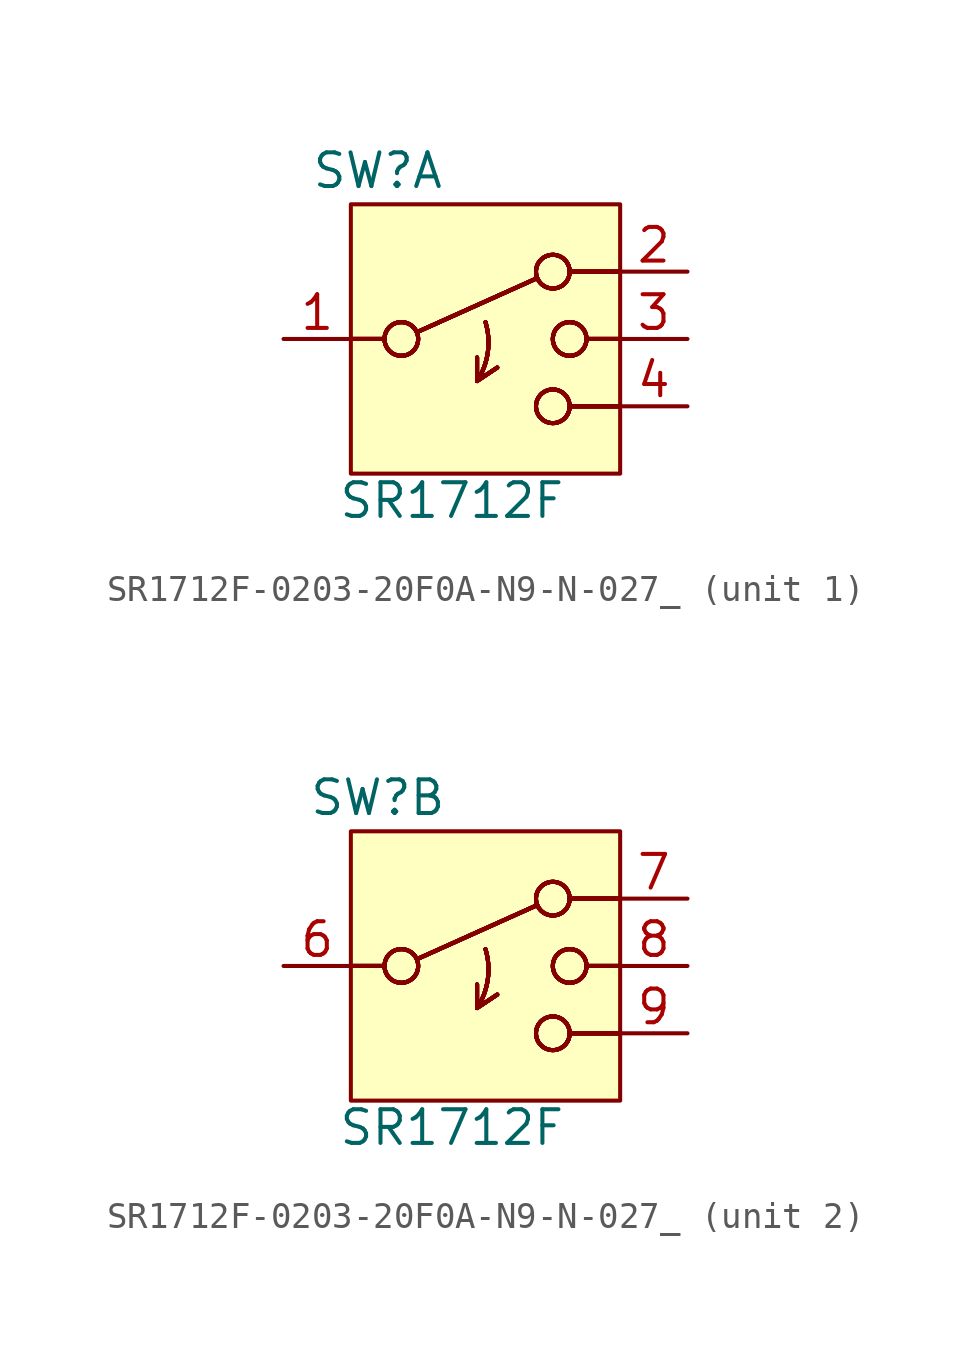
<source format=kicad_sym>
(kicad_symbol_lib
  (version 20231120)
  (generator "kicad_symbol_editor")
  (generator_version "8.0")
  (symbol "SR1712F-0203-20F0A-N9-N-027_"
    (property "Reference" "SW"
      (at -4.064 6.35 0)
      (effects (font (size 1.27 1.27))))
    (property "Value" "SR1712F"
      (at -1.27 -6.096 0)
      (effects (font (size 1.27 1.27))))
    (property "ki_locked" ""
      (at 0 0 0)
      (effects (font (size 1.27 1.27))))
    (symbol "SR1712F-0203-20F0A-N9-N-027__0_1"
      (circle (center -3.175 0) (radius 0.635) (stroke (width 0) (type default)) (fill (type none)))
      (circle (center -3.175 0) (radius 0.635) (stroke (width 0) (type default)) (fill (type none)))
      (circle (center -3.175 0) (radius 0.635) (stroke (width 0) (type default)) (fill (type none)))
      (circle (center -3.175 0) (radius 0.635) (stroke (width 0) (type default)) (fill (type none)))
      (circle (center -3.175 0) (radius 0.635) (stroke (width 0) (type default)) (fill (type none)))
      (circle (center -3.175 0) (radius 0.635) (stroke (width 0) (type default)) (fill (type none)))
      (circle (center -3.175 0) (radius 0.635) (stroke (width 0) (type default)) (fill (type none)))
      (circle (center -3.175 0) (radius 0.635) (stroke (width 0) (type default)) (fill (type none)))
      (arc (start -0.3176 -1.5875) (mid 0.0861 -0.5112) (end 0 0.635) (stroke (width 0) (type default)) (fill (type none)))
      (arc (start -0.3176 -1.5875) (mid 0.0861 -0.5112) (end 0 0.635) (stroke (width 0) (type default)) (fill (type none)))
      (arc (start -0.3176 -1.5875) (mid 0.0861 -0.5112) (end 0 0.635) (stroke (width 0) (type default)) (fill (type none)))
      (arc (start -0.3176 -1.5875) (mid 0.0861 -0.5112) (end 0 0.635) (stroke (width 0) (type default)) (fill (type none)))
      (arc (start -0.3176 -1.5875) (mid 0.0861 -0.5112) (end 0 0.635) (stroke (width 0) (type default)) (fill (type none)))
      (arc (start -0.3176 -1.5875) (mid 0.0861 -0.5112) (end 0 0.635) (stroke (width 0) (type default)) (fill (type none)))
      (arc (start -0.3176 -1.5875) (mid 0.0861 -0.5112) (end 0 0.635) (stroke (width 0) (type default)) (fill (type none)))
      (arc (start -0.3176 -1.5875) (mid 0.0861 -0.5112) (end 0 0.635) (stroke (width 0) (type default)) (fill (type none)))
      (polyline (pts (xy -5.08 0) (xy -3.81 0)) (stroke (width 0) (type default)) (fill (type none)))
      (polyline (pts (xy -5.08 0) (xy -3.81 0)) (stroke (width 0) (type default)) (fill (type none)))
      (polyline (pts (xy -5.08 0) (xy -3.81 0)) (stroke (width 0) (type default)) (fill (type none)))
      (polyline (pts (xy -5.08 0) (xy -3.81 0)) (stroke (width 0) (type default)) (fill (type none)))
      (polyline (pts (xy -5.08 0) (xy -3.81 0)) (stroke (width 0) (type default)) (fill (type none)))
      (polyline (pts (xy -5.08 0) (xy -3.81 0)) (stroke (width 0) (type default)) (fill (type none)))
      (polyline (pts (xy -5.08 0) (xy -3.81 0)) (stroke (width 0) (type default)) (fill (type none)))
      (polyline (pts (xy -5.08 0) (xy -3.81 0)) (stroke (width 0) (type default)) (fill (type none)))
      (polyline (pts (xy -2.591 0.254) (xy 1.93 2.286)) (stroke (width 0) (type default)) (fill (type none)))
      (polyline (pts (xy -2.591 0.254) (xy 1.93 2.286)) (stroke (width 0) (type default)) (fill (type none)))
      (polyline (pts (xy -2.591 0.254) (xy 1.93 2.286)) (stroke (width 0) (type default)) (fill (type none)))
      (polyline (pts (xy -2.591 0.254) (xy 1.93 2.286)) (stroke (width 0) (type default)) (fill (type none)))
      (polyline (pts (xy -2.591 0.254) (xy 1.93 2.286)) (stroke (width 0) (type default)) (fill (type none)))
      (polyline (pts (xy -2.591 0.254) (xy 1.93 2.286)) (stroke (width 0) (type default)) (fill (type none)))
      (polyline (pts (xy -2.591 0.254) (xy 1.93 2.286)) (stroke (width 0) (type default)) (fill (type none)))
      (polyline (pts (xy -2.591 0.254) (xy 1.93 2.286)) (stroke (width 0) (type default)) (fill (type none)))
      (polyline (pts (xy -0.318 -1.587) (xy -0.318 -1.587)) (stroke (width 0) (type default)) (fill (type none)))
      (polyline (pts (xy -0.318 -1.587) (xy -0.318 -1.587)) (stroke (width 0) (type default)) (fill (type none)))
      (polyline (pts (xy -0.318 -1.587) (xy -0.318 -1.587)) (stroke (width 0) (type default)) (fill (type none)))
      (polyline (pts (xy -0.318 -1.587) (xy -0.318 -1.587)) (stroke (width 0) (type default)) (fill (type none)))
      (polyline (pts (xy -0.318 -1.587) (xy -0.318 -1.587)) (stroke (width 0) (type default)) (fill (type none)))
      (polyline (pts (xy -0.318 -1.587) (xy -0.318 -1.587)) (stroke (width 0) (type default)) (fill (type none)))
      (polyline (pts (xy -0.318 -1.587) (xy -0.318 -1.587)) (stroke (width 0) (type default)) (fill (type none)))
      (polyline (pts (xy -0.318 -1.587) (xy -0.318 -1.587)) (stroke (width 0) (type default)) (fill (type none)))
      (polyline (pts (xy -0.318 -1.587) (xy -0.318 -0.699)) (stroke (width 0) (type default)) (fill (type none)))
      (polyline (pts (xy -0.318 -1.587) (xy -0.318 -0.699)) (stroke (width 0) (type default)) (fill (type none)))
      (polyline (pts (xy -0.318 -1.587) (xy -0.318 -0.699)) (stroke (width 0) (type default)) (fill (type none)))
      (polyline (pts (xy -0.318 -1.587) (xy -0.318 -0.699)) (stroke (width 0) (type default)) (fill (type none)))
      (polyline (pts (xy -0.318 -1.587) (xy -0.318 -0.699)) (stroke (width 0) (type default)) (fill (type none)))
      (polyline (pts (xy -0.318 -1.587) (xy -0.318 -0.699)) (stroke (width 0) (type default)) (fill (type none)))
      (polyline (pts (xy -0.318 -1.587) (xy -0.318 -0.699)) (stroke (width 0) (type default)) (fill (type none)))
      (polyline (pts (xy -0.318 -1.587) (xy -0.318 -0.699)) (stroke (width 0) (type default)) (fill (type none)))
      (polyline (pts (xy -0.318 -1.587) (xy 0.444 -1.079)) (stroke (width 0) (type default)) (fill (type none)))
      (polyline (pts (xy -0.318 -1.587) (xy 0.444 -1.079)) (stroke (width 0) (type default)) (fill (type none)))
      (polyline (pts (xy -0.318 -1.587) (xy 0.444 -1.079)) (stroke (width 0) (type default)) (fill (type none)))
      (polyline (pts (xy -0.318 -1.587) (xy 0.444 -1.079)) (stroke (width 0) (type default)) (fill (type none)))
      (polyline (pts (xy -0.318 -1.587) (xy 0.444 -1.079)) (stroke (width 0) (type default)) (fill (type none)))
      (polyline (pts (xy -0.318 -1.587) (xy 0.444 -1.079)) (stroke (width 0) (type default)) (fill (type none)))
      (polyline (pts (xy -0.318 -1.587) (xy 0.444 -1.079)) (stroke (width 0) (type default)) (fill (type none)))
      (polyline (pts (xy -0.318 -1.587) (xy 0.444 -1.079)) (stroke (width 0) (type default)) (fill (type none)))
      (polyline (pts (xy 5.08 -2.54) (xy 3.175 -2.54)) (stroke (width 0) (type default)) (fill (type none)))
      (polyline (pts (xy 5.08 -2.54) (xy 3.175 -2.54)) (stroke (width 0) (type default)) (fill (type none)))
      (polyline (pts (xy 5.08 -2.54) (xy 3.175 -2.54)) (stroke (width 0) (type default)) (fill (type none)))
      (polyline (pts (xy 5.08 -2.54) (xy 3.175 -2.54)) (stroke (width 0) (type default)) (fill (type none)))
      (polyline (pts (xy 5.08 -2.54) (xy 3.175 -2.54)) (stroke (width 0) (type default)) (fill (type none)))
      (polyline (pts (xy 5.08 -2.54) (xy 3.175 -2.54)) (stroke (width 0) (type default)) (fill (type none)))
      (polyline (pts (xy 5.08 -2.54) (xy 3.175 -2.54)) (stroke (width 0) (type default)) (fill (type none)))
      (polyline (pts (xy 5.08 -2.54) (xy 3.175 -2.54)) (stroke (width 0) (type default)) (fill (type none)))
      (polyline (pts (xy 5.08 0) (xy 3.81 0)) (stroke (width 0) (type default)) (fill (type none)))
      (polyline (pts (xy 5.08 0) (xy 3.81 0)) (stroke (width 0) (type default)) (fill (type none)))
      (polyline (pts (xy 5.08 0) (xy 3.81 0)) (stroke (width 0) (type default)) (fill (type none)))
      (polyline (pts (xy 5.08 0) (xy 3.81 0)) (stroke (width 0) (type default)) (fill (type none)))
      (polyline (pts (xy 5.08 0) (xy 3.81 0)) (stroke (width 0) (type default)) (fill (type none)))
      (polyline (pts (xy 5.08 0) (xy 3.81 0)) (stroke (width 0) (type default)) (fill (type none)))
      (polyline (pts (xy 5.08 0) (xy 3.81 0)) (stroke (width 0) (type default)) (fill (type none)))
      (polyline (pts (xy 5.08 0) (xy 3.81 0)) (stroke (width 0) (type default)) (fill (type none)))
      (polyline (pts (xy 5.08 2.54) (xy 3.175 2.54)) (stroke (width 0) (type default)) (fill (type none)))
      (polyline (pts (xy 5.08 2.54) (xy 3.175 2.54)) (stroke (width 0) (type default)) (fill (type none)))
      (polyline (pts (xy 5.08 2.54) (xy 3.175 2.54)) (stroke (width 0) (type default)) (fill (type none)))
      (polyline (pts (xy 5.08 2.54) (xy 3.175 2.54)) (stroke (width 0) (type default)) (fill (type none)))
      (polyline (pts (xy 5.08 2.54) (xy 3.175 2.54)) (stroke (width 0) (type default)) (fill (type none)))
      (polyline (pts (xy 5.08 2.54) (xy 3.175 2.54)) (stroke (width 0) (type default)) (fill (type none)))
      (polyline (pts (xy 5.08 2.54) (xy 3.175 2.54)) (stroke (width 0) (type default)) (fill (type none)))
      (polyline (pts (xy 5.08 2.54) (xy 3.175 2.54)) (stroke (width 0) (type default)) (fill (type none)))
      (circle (center 2.54 -2.54) (radius 0.635) (stroke (width 0) (type default)) (fill (type none)))
      (circle (center 2.54 -2.54) (radius 0.635) (stroke (width 0) (type default)) (fill (type none)))
      (circle (center 2.54 -2.54) (radius 0.635) (stroke (width 0) (type default)) (fill (type none)))
      (circle (center 2.54 -2.54) (radius 0.635) (stroke (width 0) (type default)) (fill (type none)))
      (circle (center 2.54 -2.54) (radius 0.635) (stroke (width 0) (type default)) (fill (type none)))
      (circle (center 2.54 -2.54) (radius 0.635) (stroke (width 0) (type default)) (fill (type none)))
      (circle (center 2.54 -2.54) (radius 0.635) (stroke (width 0) (type default)) (fill (type none)))
      (circle (center 2.54 -2.54) (radius 0.635) (stroke (width 0) (type default)) (fill (type none)))
      (circle (center 2.54 2.54) (radius 0.635) (stroke (width 0) (type default)) (fill (type none)))
      (circle (center 2.54 2.54) (radius 0.635) (stroke (width 0) (type default)) (fill (type none)))
      (circle (center 2.54 2.54) (radius 0.635) (stroke (width 0) (type default)) (fill (type none)))
      (circle (center 2.54 2.54) (radius 0.635) (stroke (width 0) (type default)) (fill (type none)))
      (circle (center 2.54 2.54) (radius 0.635) (stroke (width 0) (type default)) (fill (type none)))
      (circle (center 2.54 2.54) (radius 0.635) (stroke (width 0) (type default)) (fill (type none)))
      (circle (center 2.54 2.54) (radius 0.635) (stroke (width 0) (type default)) (fill (type none)))
      (circle (center 2.54 2.54) (radius 0.635) (stroke (width 0) (type default)) (fill (type none)))
      (circle (center 3.175 0) (radius 0.635) (stroke (width 0) (type default)) (fill (type none)))
      (circle (center 3.175 0) (radius 0.635) (stroke (width 0) (type default)) (fill (type none)))
      (circle (center 3.175 0) (radius 0.635) (stroke (width 0) (type default)) (fill (type none)))
      (circle (center 3.175 0) (radius 0.635) (stroke (width 0) (type default)) (fill (type none)))
      (circle (center 3.175 0) (radius 0.635) (stroke (width 0) (type default)) (fill (type none)))
      (circle (center 3.175 0) (radius 0.635) (stroke (width 0) (type default)) (fill (type none)))
      (circle (center 3.175 0) (radius 0.635) (stroke (width 0) (type default)) (fill (type none)))
      (circle (center 3.175 0) (radius 0.635) (stroke (width 0) (type default)) (fill (type none))))
    (symbol "SR1712F-0203-20F0A-N9-N-027__1_1"
      (rectangle (start -5.08 5.08) (end 5.08 -5.08) (stroke (width 0) (type default)) (fill (type background)))
      (pin passive line (at -7.62 0 0) (length 2.54) (name "" (effects (font (size 1.27 1.27)))) (number "1" (effects (font (size 1.27 1.27)))))
      (pin passive line (at 7.62 2.54 180) (length 2.54) (name "" (effects (font (size 1.27 1.27)))) (number "2" (effects (font (size 1.27 1.27)))))
      (pin passive line (at 7.62 0 180) (length 2.54) (name "" (effects (font (size 1.27 1.27)))) (number "3" (effects (font (size 1.27 1.27)))))
      (pin passive line (at 7.62 -2.54 180) (length 2.54) (name "" (effects (font (size 1.27 1.27)))) (number "4" (effects (font (size 1.27 1.27))))))
    (symbol "SR1712F-0203-20F0A-N9-N-027__2_1"
      (rectangle (start -5.08 5.08) (end 5.08 -5.08) (stroke (width 0) (type default)) (fill (type background)))
      (pin passive line (at -7.62 0 0) (length 2.54) (name "" (effects (font (size 1.27 1.27)))) (number "6" (effects (font (size 1.27 1.27)))))
      (pin passive line (at 7.62 2.54 180) (length 2.54) (name "" (effects (font (size 1.27 1.27)))) (number "7" (effects (font (size 1.27 1.27)))))
      (pin passive line (at 7.62 0 180) (length 2.54) (name "" (effects (font (size 1.27 1.27)))) (number "8" (effects (font (size 1.27 1.27)))))
      (pin passive line (at 7.62 -2.54 180) (length 2.54) (name "" (effects (font (size 1.27 1.27)))) (number "9" (effects (font (size 1.27 1.27))))))))
</source>
